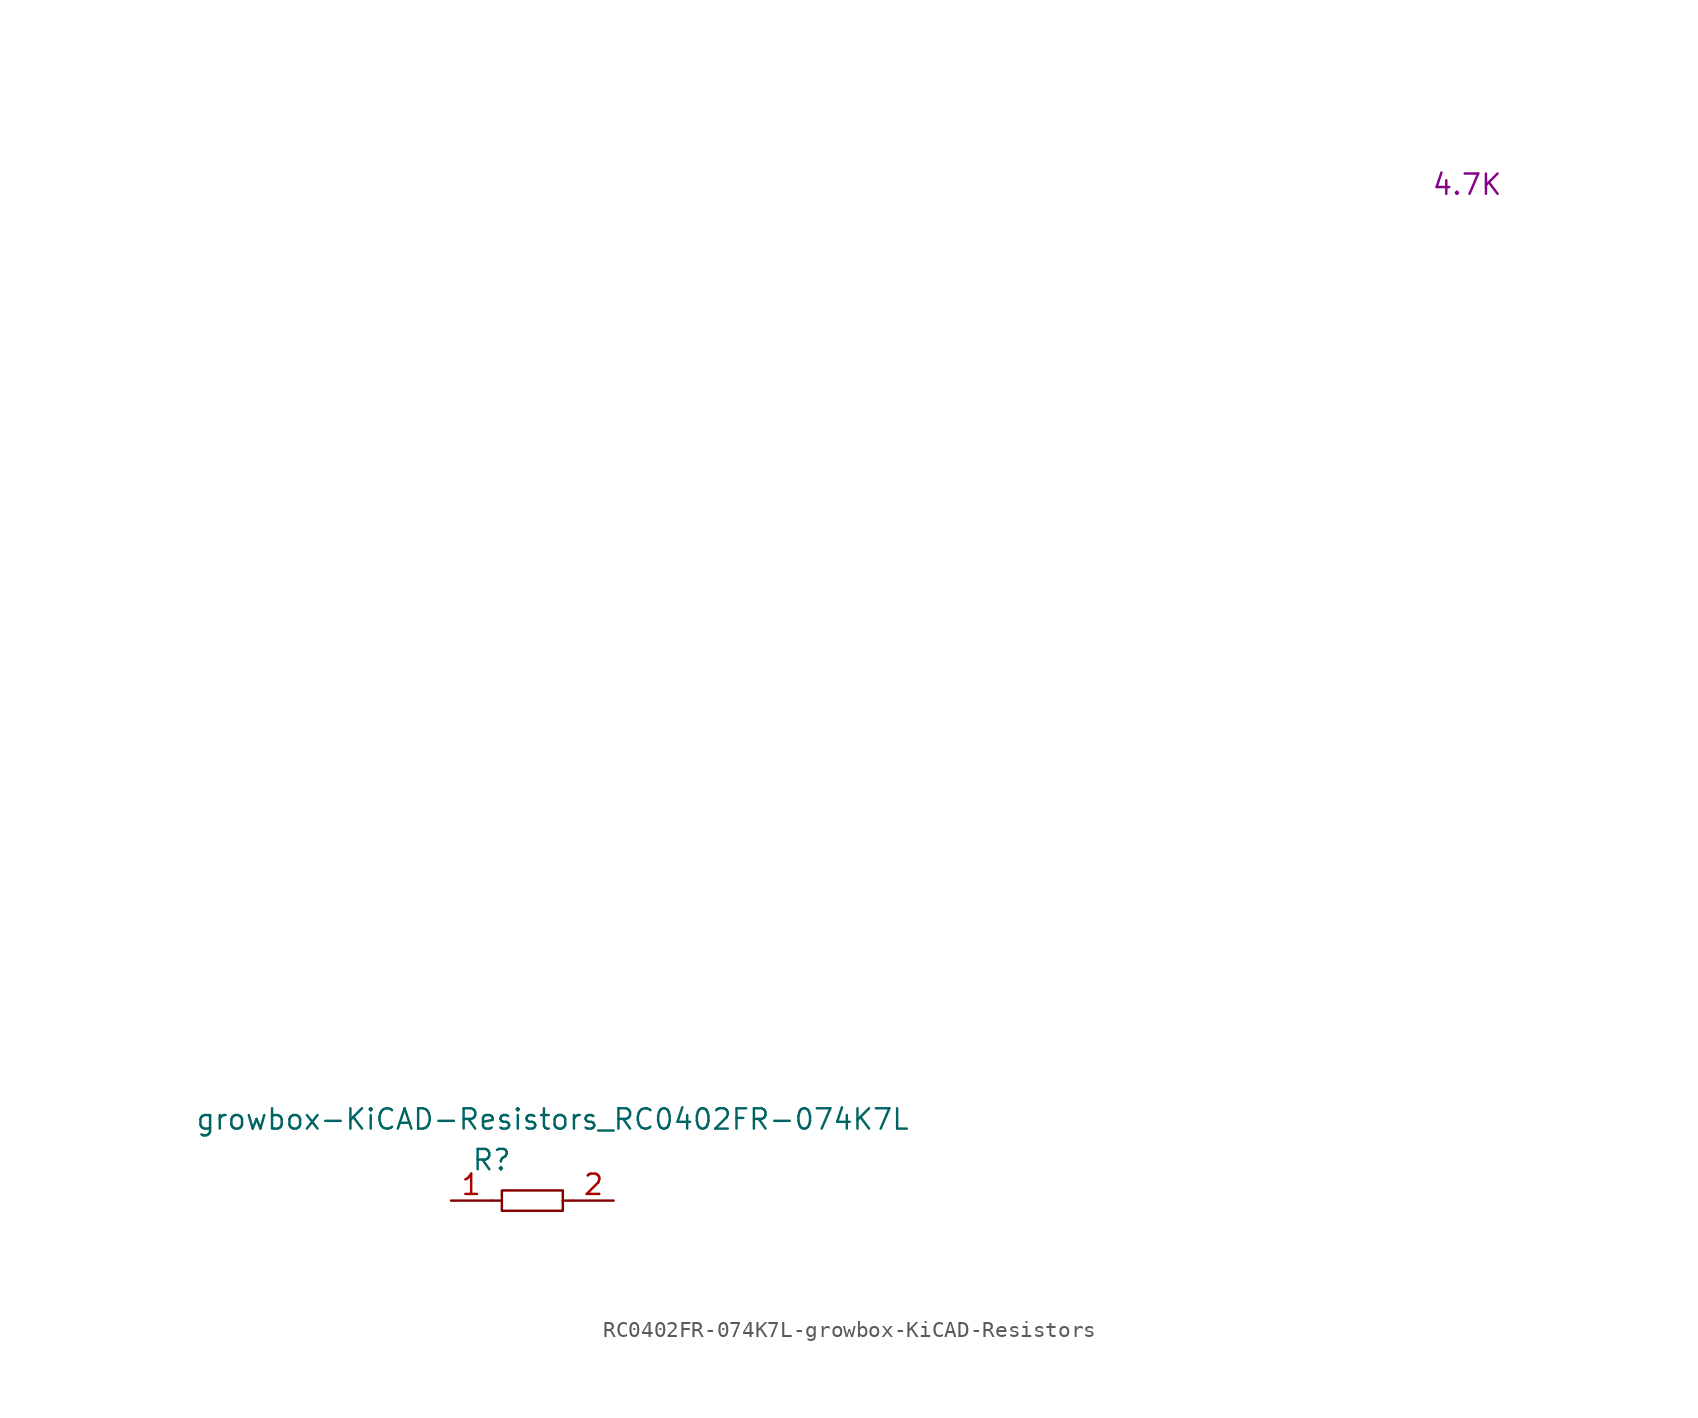
<source format=kicad_sym>
(kicad_symbol_lib
  (version 20231120)
  (generator "kicad_symbol_editor")
  (generator_version "8.0")
  (symbol "RC0402FR-074K7L-growbox-KiCAD-Resistors"
    (pin_names
      (offset 1.016))
    (property "Reference" "R"
      (at -2.54 2.54 0)
      (effects (font (size 1.27 1.27))))
    (property "Value" "growbox-KiCAD-Resistors_RC0402FR-074K7L"
      (at 1.27 5.08 0)
      (effects (font (size 1.27 1.27))))
    (property "_Value_" "4.7K"
      (at 58.42 63.5 0)
      (effects (font (size 1.27 1.27))))
    (symbol "RC0402FR-074K7L-growbox-KiCAD-Resistors_0_1"
      (rectangle (start -1.905 0.635) (end 1.905 -0.635) (stroke (width 0) (type solid)) (fill (type none)))
      (polyline (pts (xy -2.54 0) (xy -1.905 0)) (stroke (width 0) (type solid)) (fill (type none)))
      (polyline (pts (xy -1.905 0) (xy -1.905 0)) (stroke (width 0) (type solid)) (fill (type none)))
      (polyline (pts (xy 1.905 0) (xy 1.905 0)) (stroke (width 0) (type solid)) (fill (type none)))
      (polyline (pts (xy 2.54 0) (xy 1.905 0)) (stroke (width 0) (type solid)) (fill (type none))))
    (symbol "RC0402FR-074K7L-growbox-KiCAD-Resistors_1_1"
      (pin passive line (at -5.08 0 0) (length 2.515) (name "~" (effects (font (size 1.27 1.27)))) (number "1" (effects (font (size 1.27 1.27)))))
      (pin passive line (at 5.08 0 180) (length 2.515) (name "~" (effects (font (size 1.27 1.27)))) (number "2" (effects (font (size 1.27 1.27))))))))
</source>
